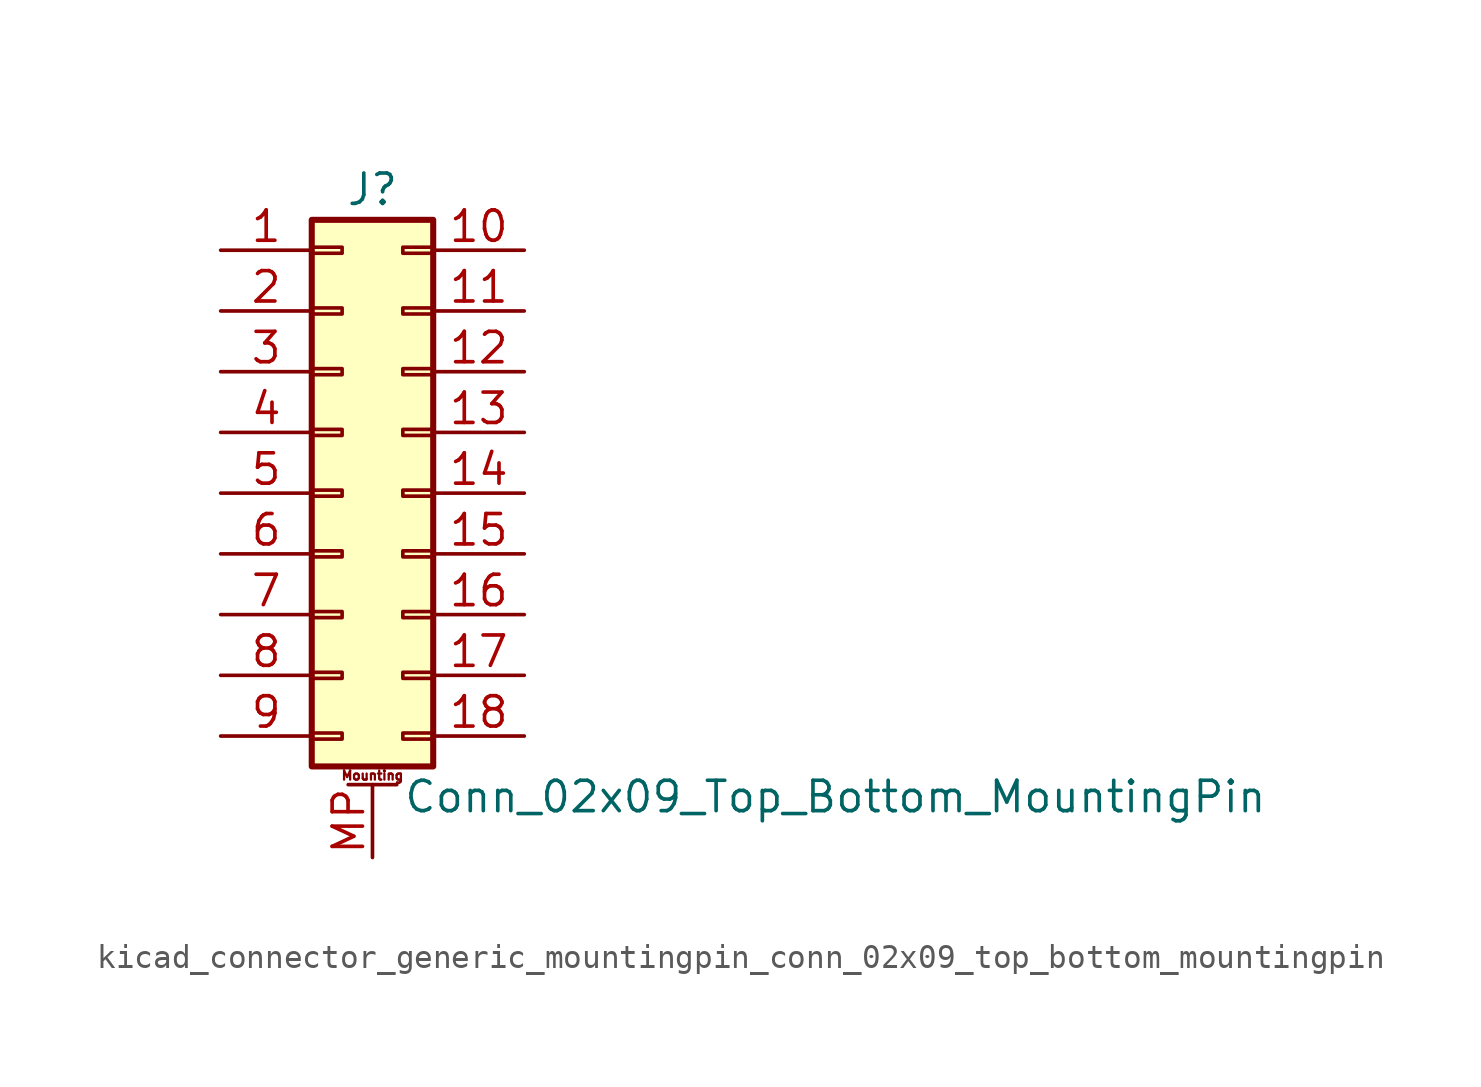
<source format=kicad_sym>
(kicad_symbol_lib
  (version 20220914)
  (generator kicad_symbol_editor)
  (symbol "kicad_connector_generic_mountingpin_conn_02x09_top_bottom_mountingpin"
    (pin_names
      (offset 1.016) hide)
    (property "Reference" "J"
      (at 1.27 12.7 0)
      (effects (font (size 1.27 1.27))))
    (property "Value" "Conn_02x09_Top_Bottom_MountingPin"
      (at 2.54 -12.7 0)
      (effects (font (size 1.27 1.27)) (justify left)))
    (symbol "kicad_connector_generic_mountingpin_conn_02x09_top_bottom_mountingpin_1_1"
      (rectangle (start -1.27 -10.033) (end 0 -10.287) (stroke (width 0.152) (type default)) (fill (type none)))
      (rectangle (start -1.27 -7.493) (end 0 -7.747) (stroke (width 0.152) (type default)) (fill (type none)))
      (rectangle (start -1.27 -4.953) (end 0 -5.207) (stroke (width 0.152) (type default)) (fill (type none)))
      (rectangle (start -1.27 -2.413) (end 0 -2.667) (stroke (width 0.152) (type default)) (fill (type none)))
      (rectangle (start -1.27 0.127) (end 0 -0.127) (stroke (width 0.152) (type default)) (fill (type none)))
      (rectangle (start -1.27 2.667) (end 0 2.413) (stroke (width 0.152) (type default)) (fill (type none)))
      (rectangle (start -1.27 5.207) (end 0 4.953) (stroke (width 0.152) (type default)) (fill (type none)))
      (rectangle (start -1.27 7.747) (end 0 7.493) (stroke (width 0.152) (type default)) (fill (type none)))
      (rectangle (start -1.27 10.287) (end 0 10.033) (stroke (width 0.152) (type default)) (fill (type none)))
      (rectangle (start -1.27 11.43) (end 3.81 -11.43) (stroke (width 0.254) (type default)) (fill (type background)))
      (polyline (pts (xy 0.254 -12.192) (xy 2.286 -12.192)) (stroke (width 0.152) (type default)) (fill (type none)))
      (rectangle (start 3.81 -10.033) (end 2.54 -10.287) (stroke (width 0.152) (type default)) (fill (type none)))
      (rectangle (start 3.81 -7.493) (end 2.54 -7.747) (stroke (width 0.152) (type default)) (fill (type none)))
      (rectangle (start 3.81 -4.953) (end 2.54 -5.207) (stroke (width 0.152) (type default)) (fill (type none)))
      (rectangle (start 3.81 -2.413) (end 2.54 -2.667) (stroke (width 0.152) (type default)) (fill (type none)))
      (rectangle (start 3.81 0.127) (end 2.54 -0.127) (stroke (width 0.152) (type default)) (fill (type none)))
      (rectangle (start 3.81 2.667) (end 2.54 2.413) (stroke (width 0.152) (type default)) (fill (type none)))
      (rectangle (start 3.81 5.207) (end 2.54 4.953) (stroke (width 0.152) (type default)) (fill (type none)))
      (rectangle (start 3.81 7.747) (end 2.54 7.493) (stroke (width 0.152) (type default)) (fill (type none)))
      (rectangle (start 3.81 10.287) (end 2.54 10.033) (stroke (width 0.152) (type default)) (fill (type none)))
      (text "Mounting" (at 1.27 -11.811 0) (effects (font (size 0.381 0.381))))
      (pin passive line (at -5.08 10.16 0) (length 3.81) (name "Pin_1" (effects (font (size 1.27 1.27)))) (number "1" (effects (font (size 1.27 1.27)))))
      (pin passive line (at 7.62 10.16 180) (length 3.81) (name "Pin_10" (effects (font (size 1.27 1.27)))) (number "10" (effects (font (size 1.27 1.27)))))
      (pin passive line (at 7.62 7.62 180) (length 3.81) (name "Pin_11" (effects (font (size 1.27 1.27)))) (number "11" (effects (font (size 1.27 1.27)))))
      (pin passive line (at 7.62 5.08 180) (length 3.81) (name "Pin_12" (effects (font (size 1.27 1.27)))) (number "12" (effects (font (size 1.27 1.27)))))
      (pin passive line (at 7.62 2.54 180) (length 3.81) (name "Pin_13" (effects (font (size 1.27 1.27)))) (number "13" (effects (font (size 1.27 1.27)))))
      (pin passive line (at 7.62 0 180) (length 3.81) (name "Pin_14" (effects (font (size 1.27 1.27)))) (number "14" (effects (font (size 1.27 1.27)))))
      (pin passive line (at 7.62 -2.54 180) (length 3.81) (name "Pin_15" (effects (font (size 1.27 1.27)))) (number "15" (effects (font (size 1.27 1.27)))))
      (pin passive line (at 7.62 -5.08 180) (length 3.81) (name "Pin_16" (effects (font (size 1.27 1.27)))) (number "16" (effects (font (size 1.27 1.27)))))
      (pin passive line (at 7.62 -7.62 180) (length 3.81) (name "Pin_17" (effects (font (size 1.27 1.27)))) (number "17" (effects (font (size 1.27 1.27)))))
      (pin passive line (at 7.62 -10.16 180) (length 3.81) (name "Pin_18" (effects (font (size 1.27 1.27)))) (number "18" (effects (font (size 1.27 1.27)))))
      (pin passive line (at -5.08 7.62 0) (length 3.81) (name "Pin_2" (effects (font (size 1.27 1.27)))) (number "2" (effects (font (size 1.27 1.27)))))
      (pin passive line (at -5.08 5.08 0) (length 3.81) (name "Pin_3" (effects (font (size 1.27 1.27)))) (number "3" (effects (font (size 1.27 1.27)))))
      (pin passive line (at -5.08 2.54 0) (length 3.81) (name "Pin_4" (effects (font (size 1.27 1.27)))) (number "4" (effects (font (size 1.27 1.27)))))
      (pin passive line (at -5.08 0 0) (length 3.81) (name "Pin_5" (effects (font (size 1.27 1.27)))) (number "5" (effects (font (size 1.27 1.27)))))
      (pin passive line (at -5.08 -2.54 0) (length 3.81) (name "Pin_6" (effects (font (size 1.27 1.27)))) (number "6" (effects (font (size 1.27 1.27)))))
      (pin passive line (at -5.08 -5.08 0) (length 3.81) (name "Pin_7" (effects (font (size 1.27 1.27)))) (number "7" (effects (font (size 1.27 1.27)))))
      (pin passive line (at -5.08 -7.62 0) (length 3.81) (name "Pin_8" (effects (font (size 1.27 1.27)))) (number "8" (effects (font (size 1.27 1.27)))))
      (pin passive line (at -5.08 -10.16 0) (length 3.81) (name "Pin_9" (effects (font (size 1.27 1.27)))) (number "9" (effects (font (size 1.27 1.27)))))
      (pin passive line (at 1.27 -15.24 90) (length 3.048) (name "MountPin" (effects (font (size 1.27 1.27)))) (number "MP" (effects (font (size 1.27 1.27))))))))
</source>
